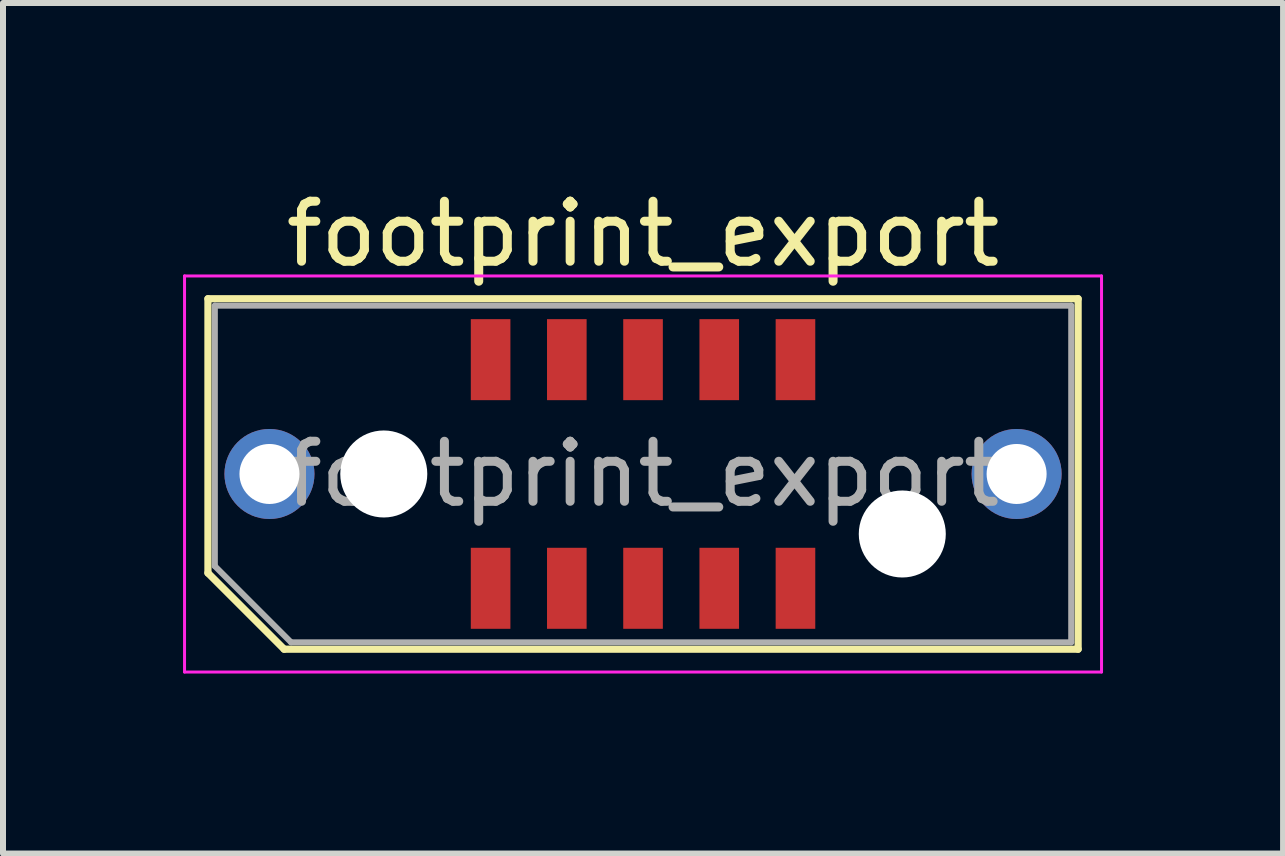
<source format=kicad_pcb>
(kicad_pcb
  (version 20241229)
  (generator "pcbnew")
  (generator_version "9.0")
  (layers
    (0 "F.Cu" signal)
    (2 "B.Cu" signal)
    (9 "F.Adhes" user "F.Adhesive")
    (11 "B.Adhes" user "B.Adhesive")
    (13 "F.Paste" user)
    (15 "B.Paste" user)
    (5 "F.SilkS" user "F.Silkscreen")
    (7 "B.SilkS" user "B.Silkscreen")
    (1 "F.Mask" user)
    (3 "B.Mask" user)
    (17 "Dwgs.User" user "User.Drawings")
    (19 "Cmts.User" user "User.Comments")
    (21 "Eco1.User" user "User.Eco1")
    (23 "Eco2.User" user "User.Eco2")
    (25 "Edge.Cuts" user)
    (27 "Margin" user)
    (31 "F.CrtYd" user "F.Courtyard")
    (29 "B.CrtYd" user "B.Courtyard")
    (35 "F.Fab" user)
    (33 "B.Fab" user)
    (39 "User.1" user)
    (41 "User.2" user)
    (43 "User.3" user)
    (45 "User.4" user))
  (footprint "footprint_export"
    (layer "F.Cu")
    (at 7.665 4.848)
    (property "Reference" "footprint_export" (at 0 -4 0) (layer "F.SilkS") (effects (font (size 1 1) (thickness 0.15))))
    (attr smd)
    (fp_line (start -7.25 -2.92) (end 7.25 -2.92) (stroke (width 0.12) (type solid)) (layer "F.SilkS"))
    (fp_line (start -7.25 1.65) (end -7.25 -2.92) (stroke (width 0.12) (type solid)) (layer "F.SilkS"))
    (fp_line (start -5.98 2.92) (end -7.25 1.65) (stroke (width 0.12) (type solid)) (layer "F.SilkS"))
    (fp_line (start -5.98 2.92) (end 7.25 2.92) (stroke (width 0.12) (type solid)) (layer "F.SilkS"))
    (fp_line (start 7.25 2.92) (end 7.25 -2.92) (stroke (width 0.12) (type solid)) (layer "F.SilkS"))
    (fp_line (start -7.64 -3.3) (end -7.64 3.3) (stroke (width 0.05) (type solid)) (layer "F.CrtYd"))
    (fp_line (start -7.64 3.3) (end 7.64 3.3) (stroke (width 0.05) (type solid)) (layer "F.CrtYd"))
    (fp_line (start 7.64 -3.3) (end -7.64 -3.3) (stroke (width 0.05) (type solid)) (layer "F.CrtYd"))
    (fp_line (start 7.64 3.3) (end 7.64 -3.3) (stroke (width 0.05) (type solid)) (layer "F.CrtYd"))
    (fp_line (start -7.135 -2.805) (end 7.135 -2.805) (stroke (width 0.1) (type solid)) (layer "F.Fab"))
    (fp_line (start -7.135 1.535) (end -7.135 -2.805) (stroke (width 0.1) (type solid)) (layer "F.Fab"))
    (fp_line (start -7.135 1.535) (end -5.865 2.805) (stroke (width 0.1) (type solid)) (layer "F.Fab"))
    (fp_line (start -5.865 2.805) (end 7.135 2.805) (stroke (width 0.1) (type solid)) (layer "F.Fab"))
    (fp_line (start 7.135 2.805) (end 7.135 -2.805) (stroke (width 0.1) (type solid)) (layer "F.Fab"))
    (fp_text user "${REFERENCE}" (at 0 0 0) (layer "F.Fab") (effects (font (size 1 1) (thickness 0.15))))
    (pad "" thru_hole circle (at -6.225 0) (size 1.5 1.5) (drill 1) (layers "*.Cu" "*.Mask"))
    (pad "" np_thru_hole circle (at -4.32 0) (size 1.45 1.45) (drill 1.45) (layers "*.Cu" "*.Mask"))
    (pad "" np_thru_hole circle (at 4.32 1) (size 1.45 1.45) (drill 1.45) (layers "*.Cu" "*.Mask"))
    (pad "" thru_hole circle (at 6.225 0) (size 1.5 1.5) (drill 1) (layers "*.Cu" "*.Mask"))
    (pad "1" smd rect (at -2.54 1.905) (size 0.66 1.35) (layers "F.Cu" "F.Mask" "F.Paste"))
    (pad "2" smd rect (at -2.54 -1.905) (size 0.66 1.35) (layers "F.Cu" "F.Mask" "F.Paste"))
    (pad "3" smd rect (at -1.27 1.905) (size 0.66 1.35) (layers "F.Cu" "F.Mask" "F.Paste"))
    (pad "4" smd rect (at -1.27 -1.905) (size 0.66 1.35) (layers "F.Cu" "F.Mask" "F.Paste"))
    (pad "5" smd rect (at 0 1.905) (size 0.66 1.35) (layers "F.Cu" "F.Mask" "F.Paste"))
    (pad "6" smd rect (at 0 -1.905) (size 0.66 1.35) (layers "F.Cu" "F.Mask" "F.Paste"))
    (pad "7" smd rect (at 1.27 1.905) (size 0.66 1.35) (layers "F.Cu" "F.Mask" "F.Paste"))
    (pad "8" smd rect (at 1.27 -1.905) (size 0.66 1.35) (layers "F.Cu" "F.Mask" "F.Paste"))
    (pad "9" smd rect (at 2.54 1.905) (size 0.66 1.35) (layers "F.Cu" "F.Mask" "F.Paste"))
    (pad "10" smd rect (at 2.54 -1.905) (size 0.66 1.35) (layers "F.Cu" "F.Mask" "F.Paste")))
  (gr_rect
    (start -3 -3)
    (end 18.33 11.173)
    (stroke (width 0.1) (type default))
    (fill no)
    (layer "Edge.Cuts")))
</source>
